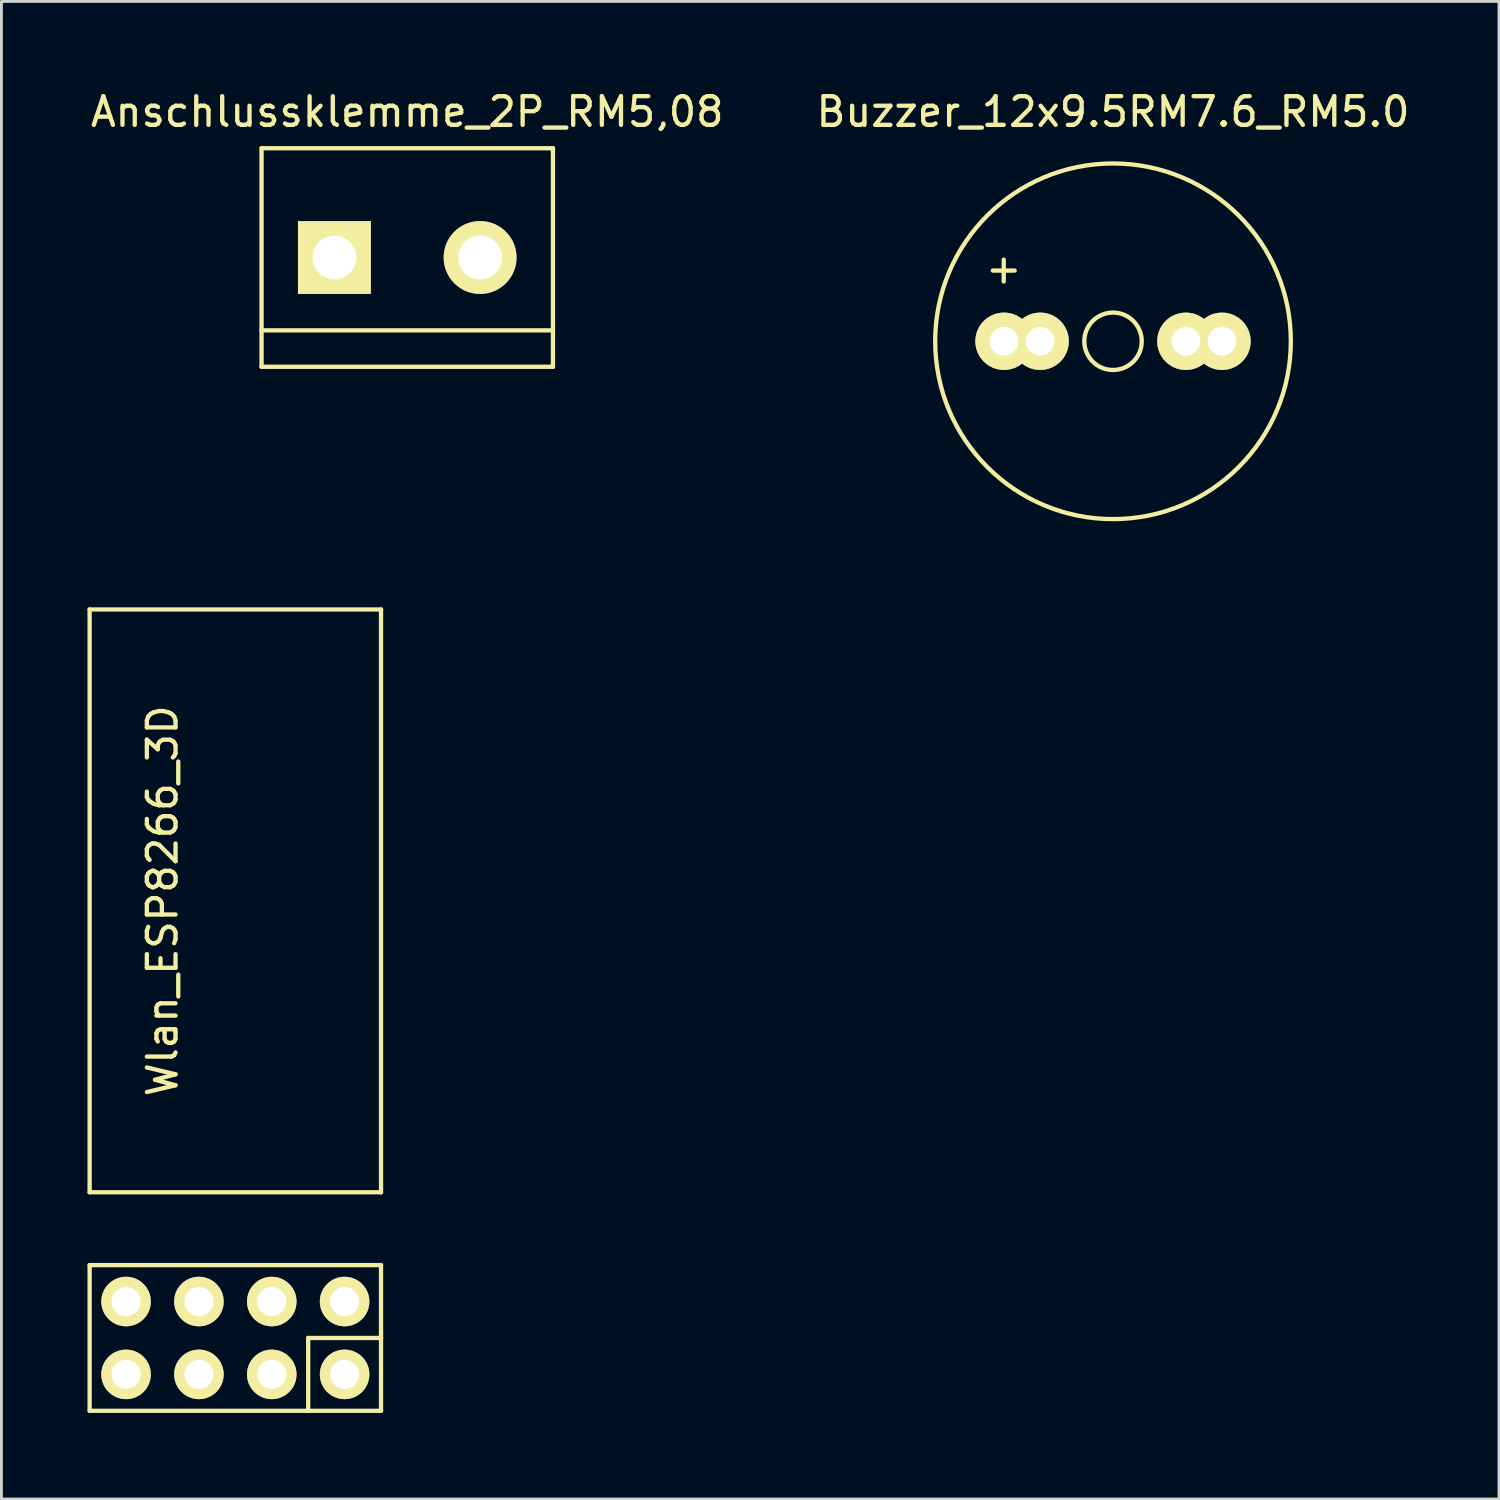
<source format=kicad_pcb>
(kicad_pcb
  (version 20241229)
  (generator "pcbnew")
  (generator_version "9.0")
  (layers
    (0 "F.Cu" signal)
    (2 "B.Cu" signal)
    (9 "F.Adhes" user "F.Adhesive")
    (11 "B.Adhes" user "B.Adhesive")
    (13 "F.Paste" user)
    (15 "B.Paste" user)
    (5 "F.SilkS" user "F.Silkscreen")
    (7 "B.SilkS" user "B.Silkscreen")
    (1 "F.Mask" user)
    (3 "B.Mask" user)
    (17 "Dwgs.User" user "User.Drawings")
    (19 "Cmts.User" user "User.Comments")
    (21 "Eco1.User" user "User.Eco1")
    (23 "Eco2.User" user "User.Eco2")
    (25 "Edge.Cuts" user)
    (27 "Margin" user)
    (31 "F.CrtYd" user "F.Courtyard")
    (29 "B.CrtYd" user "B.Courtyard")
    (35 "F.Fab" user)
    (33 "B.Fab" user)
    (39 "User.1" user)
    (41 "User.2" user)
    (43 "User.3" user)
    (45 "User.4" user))
  (footprint "Wlan_ESP8266_3D"
    (layer "F.Cu")
    (at 5.155 43.599)
    (property "Reference" "Wlan_ESP8266_3D" (at -2.54 -15.24 90) (layer "F.SilkS") (effects (font (size 1 1) (thickness 0.15))))
    (attr through_hole)
    (fp_line (start -5.08 -25.4) (end 5.08 -25.4) (stroke (width 0.15) (type solid)) (layer "F.SilkS"))
    (fp_line (start -5.08 -5.08) (end -5.08 -25.4) (stroke (width 0.15) (type solid)) (layer "F.SilkS"))
    (fp_line (start -5.08 -2.54) (end 5.08 -2.54) (stroke (width 0.15) (type solid)) (layer "F.SilkS"))
    (fp_line (start -5.08 2.54) (end -5.08 -2.54) (stroke (width 0.15) (type solid)) (layer "F.SilkS"))
    (fp_line (start 2.54 0) (end 2.54 2.54) (stroke (width 0.15) (type solid)) (layer "F.SilkS"))
    (fp_line (start 2.54 2.54) (end -5.08 2.54) (stroke (width 0.15) (type solid)) (layer "F.SilkS"))
    (fp_line (start 5.08 -25.4) (end 5.08 -5.08) (stroke (width 0.15) (type solid)) (layer "F.SilkS"))
    (fp_line (start 5.08 -5.08) (end -5.08 -5.08) (stroke (width 0.15) (type solid)) (layer "F.SilkS"))
    (fp_line (start 5.08 -2.54) (end 5.08 0) (stroke (width 0.15) (type solid)) (layer "F.SilkS"))
    (fp_line (start 5.08 0) (end 2.54 0) (stroke (width 0.15) (type solid)) (layer "F.SilkS"))
    (fp_line (start 5.08 2.54) (end 2.54 2.54) (stroke (width 0.15) (type solid)) (layer "F.SilkS"))
    (fp_line (start 5.08 2.54) (end 5.08 0) (stroke (width 0.15) (type solid)) (layer "F.SilkS"))
    (pad "1" thru_hole oval (at -3.81 1.27 180) (size 1.727 1.727) (drill 1.016) (layers "*.Cu" "*.Mask" "F.SilkS"))
    (pad "2" thru_hole oval (at -1.27 1.27 180) (size 1.727 1.727) (drill 1.016) (layers "*.Cu" "*.Mask" "F.SilkS"))
    (pad "3" thru_hole oval (at 1.27 1.27 180) (size 1.727 1.727) (drill 1.016) (layers "*.Cu" "*.Mask" "F.SilkS"))
    (pad "4" thru_hole circle (at 3.81 1.27 180) (size 1.727 1.727) (drill 1.016) (layers "*.Cu" "*.Mask" "F.SilkS"))
    (pad "5" thru_hole oval (at -3.81 -1.27 180) (size 1.727 1.727) (drill 1.016) (layers "*.Cu" "*.Mask" "F.SilkS"))
    (pad "6" thru_hole oval (at -1.27 -1.27 180) (size 1.727 1.727) (drill 1.016) (layers "*.Cu" "*.Mask" "F.SilkS"))
    (pad "7" thru_hole oval (at 1.27 -1.27 180) (size 1.727 1.727) (drill 1.016) (layers "*.Cu" "*.Mask" "F.SilkS"))
    (pad "8" thru_hole oval (at 3.81 -1.27 180) (size 1.727 1.727) (drill 1.016) (layers "*.Cu" "*.Mask" "F.SilkS")))
  (footprint "Buzzer_12x9.5RM7.6_RM5.0"
    (layer "F.Cu")
    (at 35.756 8.849)
    (property "Reference" "Buzzer_12x9.5RM7.6_RM5.0" (at 0 -8.001 0) (layer "F.SilkS") (effects (font (size 1 1) (thickness 0.15))))
    (attr through_hole)
    (fp_circle (center 0 0) (end 1.001 0) (stroke (width 0.15) (type solid)) (fill no) (layer "F.SilkS"))
    (fp_circle (center 0 0) (end 6.2 0) (stroke (width 0.15) (type solid)) (fill no) (layer "F.SilkS"))
    (fp_text user "+" (at -3.81 -2.54 0) (layer "F.SilkS") (effects (font (size 1 1) (thickness 0.15))))
    (pad "1" thru_hole circle (at -3.8 0) (size 2 2) (drill 1.001) (layers "*.Cu" "*.Mask" "F.SilkS"))
    (pad "1" thru_hole circle (at -2.54 0) (size 2 2) (drill 1.001) (layers "*.Cu" "*.Mask" "F.SilkS"))
    (pad "2" thru_hole circle (at 2.54 0) (size 2 2) (drill 1.001) (layers "*.Cu" "*.Mask" "F.SilkS"))
    (pad "2" thru_hole circle (at 3.8 0) (size 2 2) (drill 1.001) (layers "*.Cu" "*.Mask" "F.SilkS")))
  (footprint "Anschlussklemme_2P_RM5,08"
    (layer "F.Cu")
    (at 11.149 5.928)
    (property "Reference" "Anschlussklemme_2P_RM5,08" (at 0 -5.08 0) (layer "F.SilkS") (effects (font (size 1 1) (thickness 0.15))))
    (attr through_hole)
    (fp_line (start -5.08 -3.81) (end -5.08 3.81) (stroke (width 0.15) (type solid)) (layer "F.SilkS"))
    (fp_line (start -5.08 3.81) (end 5.08 3.81) (stroke (width 0.15) (type solid)) (layer "F.SilkS"))
    (fp_line (start 5.08 -3.81) (end -5.08 -3.81) (stroke (width 0.15) (type solid)) (layer "F.SilkS"))
    (fp_line (start 5.08 2.54) (end -5.08 2.54) (stroke (width 0.15) (type solid)) (layer "F.SilkS"))
    (fp_line (start 5.08 3.81) (end 5.08 -3.81) (stroke (width 0.15) (type solid)) (layer "F.SilkS"))
    (pad "1" thru_hole rect (at -2.54 0) (size 2.54 2.54) (drill 1.524) (layers "*.Cu" "*.Mask" "F.SilkS"))
    (pad "2" thru_hole circle (at 2.54 0) (size 2.54 2.54) (drill 1.524) (layers "*.Cu" "*.Mask" "F.SilkS")))
  (gr_rect
    (start -3 -3)
    (end 49.214 49.214)
    (stroke (width 0.1) (type default))
    (fill no)
    (layer "Edge.Cuts")))
</source>
